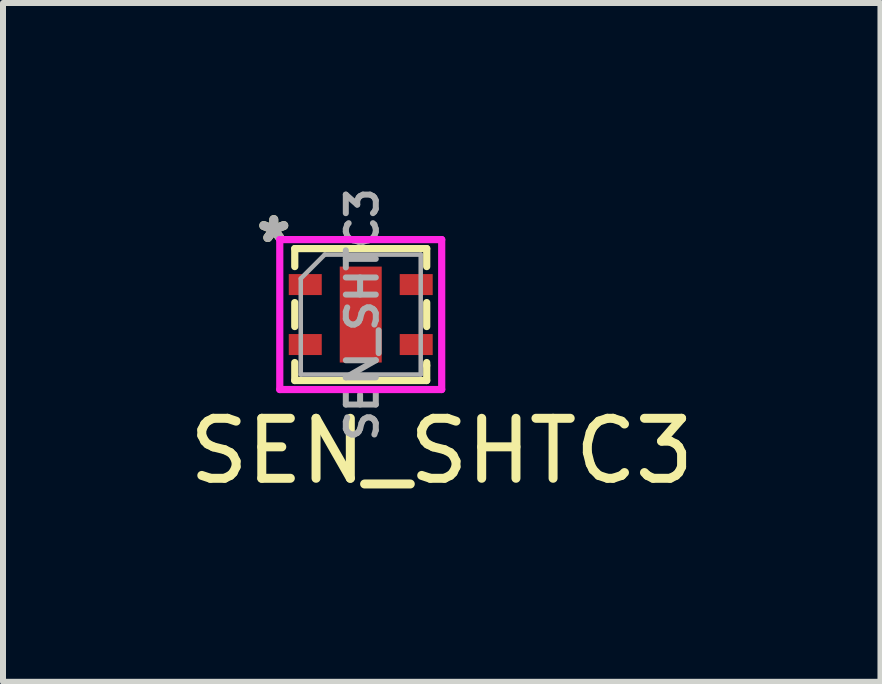
<source format=kicad_pcb>
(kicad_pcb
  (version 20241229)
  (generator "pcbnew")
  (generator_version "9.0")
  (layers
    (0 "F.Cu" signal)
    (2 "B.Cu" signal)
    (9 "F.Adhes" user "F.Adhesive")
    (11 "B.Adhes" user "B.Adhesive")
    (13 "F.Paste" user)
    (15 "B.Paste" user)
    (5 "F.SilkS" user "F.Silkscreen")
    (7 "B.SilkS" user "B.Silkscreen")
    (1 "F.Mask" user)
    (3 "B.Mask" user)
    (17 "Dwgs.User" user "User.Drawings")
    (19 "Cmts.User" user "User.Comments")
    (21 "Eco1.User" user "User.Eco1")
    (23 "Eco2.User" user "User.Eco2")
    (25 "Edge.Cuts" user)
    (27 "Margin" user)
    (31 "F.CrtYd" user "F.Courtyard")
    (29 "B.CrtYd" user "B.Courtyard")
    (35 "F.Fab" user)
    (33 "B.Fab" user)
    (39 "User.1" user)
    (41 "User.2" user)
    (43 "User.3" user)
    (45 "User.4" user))
  (footprint "SEN_SHTC3"
    (layer "F.Cu")
    (at 2.965 2.195)
    (property "Reference" "SEN_SHTC3" (at 1.35 2.275 0) (layer "F.SilkS") (effects (font (size 1 1) (thickness 0.15))))
    (attr smd)
    (fp_line (start -1.1 -1.1) (end -1.1 -0.8) (stroke (width 0.12) (type solid)) (layer "F.SilkS"))
    (fp_line (start -1.1 -1.1) (end 1.1 -1.1) (stroke (width 0.12) (type solid)) (layer "F.SilkS"))
    (fp_line (start -1.1 -0.2) (end -1.1 0.2) (stroke (width 0.12) (type solid)) (layer "F.SilkS"))
    (fp_line (start -1.1 1.1) (end -1.1 0.8) (stroke (width 0.12) (type solid)) (layer "F.SilkS"))
    (fp_line (start 1.1 -1.1) (end 1.1 -0.8) (stroke (width 0.12) (type solid)) (layer "F.SilkS"))
    (fp_line (start 1.1 -0.2) (end 1.1 0.2) (stroke (width 0.12) (type solid)) (layer "F.SilkS"))
    (fp_line (start 1.1 0.85) (end 1.1 0.8) (stroke (width 0.12) (type solid)) (layer "F.SilkS"))
    (fp_line (start 1.1 1.1) (end -1.1 1.1) (stroke (width 0.12) (type solid)) (layer "F.SilkS"))
    (fp_line (start 1.1 1.1) (end 1.1 0.85) (stroke (width 0.12) (type solid)) (layer "F.SilkS"))
    (fp_rect (start -1.15 -0.62) (end -0.8 -0.38) (stroke (width 0.1) (type solid)) (fill yes) (layer "F.Paste"))
    (fp_rect (start -1.15 0.38) (end -0.8 0.62) (stroke (width 0.1) (type solid)) (fill yes) (layer "F.Paste"))
    (fp_rect (start 0.8 -0.62) (end 1.15 -0.38) (stroke (width 0.1) (type solid)) (fill yes) (layer "F.Paste"))
    (fp_rect (start 0.8 0.38) (end 1.15 0.62) (stroke (width 0.1) (type solid)) (fill yes) (layer "F.Paste"))
    (fp_poly (pts (xy 0.175 -0.25) (xy -0.175 -0.25) (xy -0.175 -0.6) (xy 0.175 -0.6)) (stroke (width 0.12) (type solid)) (fill yes) (layer "F.Paste"))
    (fp_poly (pts (xy 0.175 0.6) (xy -0.175 0.6) (xy -0.175 0.25) (xy 0.175 0.25)) (stroke (width 0.12) (type solid)) (fill yes) (layer "F.Paste"))
    (fp_line (start -1.35 -1.25) (end -1.35 1.25) (stroke (width 0.12) (type solid)) (layer "F.CrtYd"))
    (fp_line (start -1.35 1.25) (end 1.35 1.25) (stroke (width 0.12) (type solid)) (layer "F.CrtYd"))
    (fp_line (start 1.35 -1.25) (end -1.35 -1.25) (stroke (width 0.12) (type solid)) (layer "F.CrtYd"))
    (fp_line (start 1.35 1.25) (end 1.35 -1.25) (stroke (width 0.12) (type solid)) (layer "F.CrtYd"))
    (fp_line (start -1 1) (end -1 -0.6) (stroke (width 0.075) (type solid)) (layer "F.Fab"))
    (fp_line (start -0.6 -1) (end -1 -0.6) (stroke (width 0.075) (type solid)) (layer "F.Fab"))
    (fp_line (start -0.6 -1) (end 1 -1) (stroke (width 0.075) (type solid)) (layer "F.Fab"))
    (fp_line (start 1 -1) (end 1 1) (stroke (width 0.075) (type solid)) (layer "F.Fab"))
    (fp_line (start 1 1) (end -1 1) (stroke (width 0.075) (type solid)) (layer "F.Fab"))
    (fp_text user "*" (at -1.45 -1.2 0) (layer "F.SilkS") (effects (font (size 0.7 0.7) (thickness 0.15))))
    (fp_text user "${REFERENCE}" (at 0.025 0 90) (layer "F.Fab") (effects (font (size 0.5 0.5) (thickness 0.1))))
    (fp_text user "*" (at -1.45 -1.2 0) (layer "F.Fab") (effects (font (size 0.7 0.7) (thickness 0.15))))
    (pad "1" smd rect (at -0.925 -0.5 90) (size 0.35 0.55) (layers "F.Cu" "F.Mask"))
    (pad "2" smd rect (at -0.925 0.5 90) (size 0.35 0.55) (layers "F.Cu" "F.Mask"))
    (pad "3" smd rect (at 0.925 0.5 90) (size 0.35 0.55) (layers "F.Cu" "F.Mask"))
    (pad "4" smd rect (at 0.925 -0.5 90) (size 0.35 0.55) (layers "F.Cu" "F.Mask"))
    (pad "5" smd rect (at 0 0 90) (size 1.6 0.7) (layers "F.Cu" "F.Mask")))
  (gr_rect
    (start -3 -3)
    (end 11.631 8.318)
    (stroke (width 0.1) (type default))
    (fill no)
    (layer "Edge.Cuts")))
</source>
